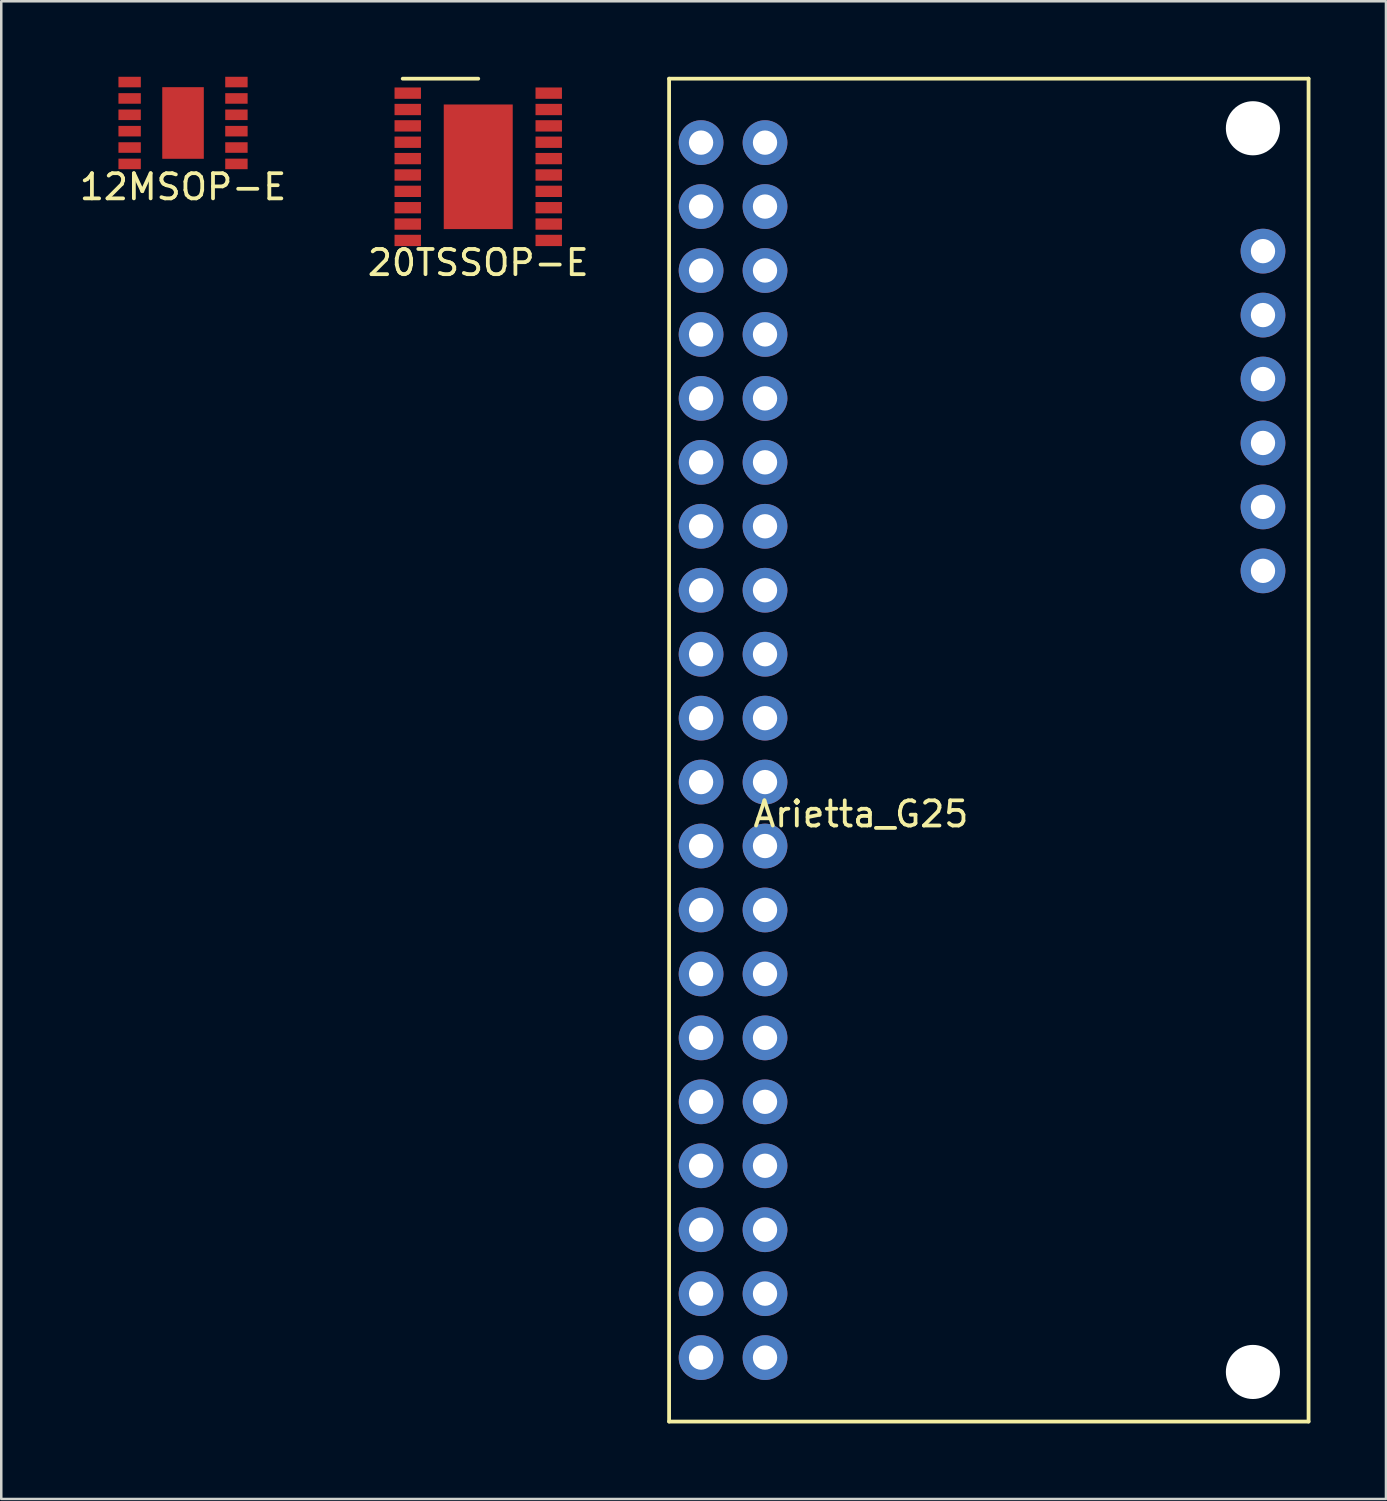
<source format=kicad_pcb>
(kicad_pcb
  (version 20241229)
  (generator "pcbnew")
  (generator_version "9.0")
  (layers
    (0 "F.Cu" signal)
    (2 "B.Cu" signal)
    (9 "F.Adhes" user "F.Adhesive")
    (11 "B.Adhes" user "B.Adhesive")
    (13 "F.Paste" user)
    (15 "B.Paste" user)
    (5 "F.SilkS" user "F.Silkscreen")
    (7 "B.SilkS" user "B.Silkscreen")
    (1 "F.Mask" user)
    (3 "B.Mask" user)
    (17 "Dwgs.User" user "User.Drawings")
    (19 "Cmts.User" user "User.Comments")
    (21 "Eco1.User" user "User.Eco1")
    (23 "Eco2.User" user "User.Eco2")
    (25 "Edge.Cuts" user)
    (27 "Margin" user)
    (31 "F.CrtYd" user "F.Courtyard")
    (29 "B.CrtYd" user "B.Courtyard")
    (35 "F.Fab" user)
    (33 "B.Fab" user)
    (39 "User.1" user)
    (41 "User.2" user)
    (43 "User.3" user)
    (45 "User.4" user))
  (footprint "12MSOP-E"
    (layer "F.Cu")
    (at 4.22 1.835)
    (property "Reference" "12MSOP-E" (at 0 2.54 0) (layer "F.SilkS") (effects (font (size 1 1) (thickness 0.15))))
    (attr through_hole)
    (pad "1" smd rect (at -2.121 -1.626) (size 0.889 0.419) (layers "F.Cu" "F.Mask" "F.Paste"))
    (pad "2" smd rect (at -2.121 -0.975) (size 0.889 0.419) (layers "F.Cu" "F.Mask" "F.Paste"))
    (pad "3" smd rect (at -2.121 -0.325) (size 0.889 0.419) (layers "F.Cu" "F.Mask" "F.Paste"))
    (pad "4" smd rect (at -2.121 0.325) (size 0.889 0.419) (layers "F.Cu" "F.Mask" "F.Paste"))
    (pad "5" smd rect (at -2.121 0.975) (size 0.889 0.419) (layers "F.Cu" "F.Mask" "F.Paste"))
    (pad "6" smd rect (at -2.121 1.626) (size 0.889 0.419) (layers "F.Cu" "F.Mask" "F.Paste"))
    (pad "7" smd rect (at 2.121 1.626) (size 0.889 0.419) (layers "F.Cu" "F.Mask" "F.Paste"))
    (pad "8" smd rect (at 2.121 0.975) (size 0.889 0.419) (layers "F.Cu" "F.Mask" "F.Paste"))
    (pad "9" smd rect (at 2.121 0.325) (size 0.889 0.419) (layers "F.Cu" "F.Mask" "F.Paste"))
    (pad "10" smd rect (at 2.121 -0.325) (size 0.889 0.419) (layers "F.Cu" "F.Mask" "F.Paste"))
    (pad "11" smd rect (at 2.121 -0.975) (size 0.889 0.419) (layers "F.Cu" "F.Mask" "F.Paste"))
    (pad "12" smd rect (at 2.121 -1.626) (size 0.889 0.419) (layers "F.Cu" "F.Mask" "F.Paste"))
    (pad "13" smd rect (at 0 0) (size 1.651 2.845) (layers "F.Cu" "F.Mask" "F.Paste")))
  (footprint "20TSSOP-E"
    (layer "F.Cu")
    (at 15.946 3.575)
    (property "Reference" "20TSSOP-E" (at 0 3.81 0) (layer "F.SilkS") (effects (font (size 1 1) (thickness 0.15))))
    (attr through_hole)
    (fp_line (start -3 -3.5) (end 0 -3.5) (stroke (width 0.15) (type solid)) (layer "F.SilkS"))
    (pad "1" smd rect (at -2.8 -2.925) (size 1.05 0.45) (layers "F.Cu" "F.Mask" "F.Paste"))
    (pad "2" smd rect (at -2.8 -2.275) (size 1.05 0.45) (layers "F.Cu" "F.Mask" "F.Paste"))
    (pad "3" smd rect (at -2.8 -1.625) (size 1.05 0.45) (layers "F.Cu" "F.Mask" "F.Paste"))
    (pad "4" smd rect (at -2.8 -0.975) (size 1.05 0.45) (layers "F.Cu" "F.Mask" "F.Paste"))
    (pad "5" smd rect (at -2.8 -0.325) (size 1.05 0.45) (layers "F.Cu" "F.Mask" "F.Paste"))
    (pad "6" smd rect (at -2.8 0.325) (size 1.05 0.45) (layers "F.Cu" "F.Mask" "F.Paste"))
    (pad "7" smd rect (at -2.8 0.975) (size 1.05 0.45) (layers "F.Cu" "F.Mask" "F.Paste"))
    (pad "8" smd rect (at -2.8 1.625) (size 1.05 0.45) (layers "F.Cu" "F.Mask" "F.Paste"))
    (pad "9" smd rect (at -2.8 2.275) (size 1.05 0.45) (layers "F.Cu" "F.Mask" "F.Paste"))
    (pad "10" smd rect (at -2.8 2.925) (size 1.05 0.45) (layers "F.Cu" "F.Mask" "F.Paste"))
    (pad "11" smd rect (at 2.8 2.925) (size 1.05 0.45) (layers "F.Cu" "F.Mask" "F.Paste"))
    (pad "12" smd rect (at 2.8 2.275) (size 1.05 0.45) (layers "F.Cu" "F.Mask" "F.Paste"))
    (pad "13" smd rect (at 2.8 1.625) (size 1.05 0.45) (layers "F.Cu" "F.Mask" "F.Paste"))
    (pad "14" smd rect (at 2.8 0.975) (size 1.05 0.45) (layers "F.Cu" "F.Mask" "F.Paste"))
    (pad "15" smd rect (at 2.8 0.325) (size 1.05 0.45) (layers "F.Cu" "F.Mask" "F.Paste"))
    (pad "16" smd rect (at 2.8 -0.325) (size 1.05 0.45) (layers "F.Cu" "F.Mask" "F.Paste"))
    (pad "17" smd rect (at 2.8 -0.975) (size 1.05 0.45) (layers "F.Cu" "F.Mask" "F.Paste"))
    (pad "18" smd rect (at 2.8 -1.625) (size 1.05 0.45) (layers "F.Cu" "F.Mask" "F.Paste"))
    (pad "19" smd rect (at 2.8 -2.275) (size 1.05 0.45) (layers "F.Cu" "F.Mask" "F.Paste"))
    (pad "20" smd rect (at 2.8 -2.925) (size 1.05 0.45) (layers "F.Cu" "F.Mask" "F.Paste"))
    (pad "21" smd rect (at 0 0) (size 2.74 4.95) (layers "F.Cu" "F.Mask" "F.Paste")))
  (footprint "Arietta_G25"
    (layer "F.Cu")
    (at 24.797 50.875)
    (property "Reference" "Arietta_G25" (at 6.35 -21.59 0) (layer "F.SilkS") (effects (font (size 1 1) (thickness 0.15))))
    (attr through_hole)
    (fp_line (start -1.27 -50.8) (end -1.27 2.54) (stroke (width 0.15) (type solid)) (layer "F.SilkS"))
    (fp_line (start -1.27 2.54) (end 24.13 2.54) (stroke (width 0.15) (type solid)) (layer "F.SilkS"))
    (fp_line (start 24.13 -50.8) (end -1.27 -50.8) (stroke (width 0.15) (type solid)) (layer "F.SilkS"))
    (fp_line (start 24.13 2.54) (end 24.13 -50.8) (stroke (width 0.15) (type solid)) (layer "F.SilkS"))
    (pad "" np_thru_hole circle (at 21.92 -48.83) (size 2.15 2.15) (drill 2.15) (layers "*.Cu" "*.Mask"))
    (pad "" np_thru_hole circle (at 21.92 0.57) (size 2.15 2.15) (drill 2.15) (layers "*.Cu" "*.Mask"))
    (pad "1" thru_hole circle (at 2.54 -48.26) (size 1.778 1.778) (drill 0.965) (layers "*.Cu" "*.Mask"))
    (pad "2" thru_hole circle (at 0 -48.26) (size 1.778 1.778) (drill 0.965) (layers "*.Cu" "*.Mask"))
    (pad "3" thru_hole circle (at 2.54 -45.72) (size 1.778 1.778) (drill 0.965) (layers "*.Cu" "*.Mask"))
    (pad "4" thru_hole circle (at 0 -45.72) (size 1.778 1.778) (drill 0.965) (layers "*.Cu" "*.Mask"))
    (pad "5" thru_hole circle (at 2.54 -43.18) (size 1.778 1.778) (drill 0.965) (layers "*.Cu" "*.Mask"))
    (pad "6" thru_hole circle (at 0 -43.18) (size 1.778 1.778) (drill 0.965) (layers "*.Cu" "*.Mask"))
    (pad "7" thru_hole circle (at 2.54 -40.64) (size 1.778 1.778) (drill 0.965) (layers "*.Cu" "*.Mask"))
    (pad "8" thru_hole circle (at 0 -40.64) (size 1.778 1.778) (drill 0.965) (layers "*.Cu" "*.Mask"))
    (pad "9" thru_hole circle (at 2.54 -38.1) (size 1.778 1.778) (drill 0.965) (layers "*.Cu" "*.Mask"))
    (pad "10" thru_hole circle (at 0 -38.1) (size 1.778 1.778) (drill 0.965) (layers "*.Cu" "*.Mask"))
    (pad "11" thru_hole circle (at 2.54 -35.56) (size 1.778 1.778) (drill 0.965) (layers "*.Cu" "*.Mask"))
    (pad "12" thru_hole circle (at 0 -35.56) (size 1.778 1.778) (drill 0.965) (layers "*.Cu" "*.Mask"))
    (pad "13" thru_hole circle (at 2.54 -33.02) (size 1.778 1.778) (drill 0.965) (layers "*.Cu" "*.Mask"))
    (pad "14" thru_hole circle (at 0 -33.02) (size 1.778 1.778) (drill 0.965) (layers "*.Cu" "*.Mask"))
    (pad "15" thru_hole circle (at 2.54 -30.48) (size 1.778 1.778) (drill 0.965) (layers "*.Cu" "*.Mask"))
    (pad "16" thru_hole circle (at 0 -30.48) (size 1.778 1.778) (drill 0.965) (layers "*.Cu" "*.Mask"))
    (pad "17" thru_hole circle (at 2.54 -27.94) (size 1.778 1.778) (drill 0.965) (layers "*.Cu" "*.Mask"))
    (pad "18" thru_hole circle (at 0 -27.94) (size 1.778 1.778) (drill 0.965) (layers "*.Cu" "*.Mask"))
    (pad "19" thru_hole circle (at 2.54 -25.4) (size 1.778 1.778) (drill 0.965) (layers "*.Cu" "*.Mask"))
    (pad "20" thru_hole circle (at 0 -25.4) (size 1.778 1.778) (drill 0.965) (layers "*.Cu" "*.Mask"))
    (pad "21" thru_hole circle (at 2.54 -22.86) (size 1.778 1.778) (drill 0.965) (layers "*.Cu" "*.Mask"))
    (pad "22" thru_hole circle (at 0 -22.86) (size 1.778 1.778) (drill 0.965) (layers "*.Cu" "*.Mask"))
    (pad "23" thru_hole circle (at 2.54 -20.32) (size 1.778 1.778) (drill 0.965) (layers "*.Cu" "*.Mask"))
    (pad "24" thru_hole circle (at 0 -20.32) (size 1.778 1.778) (drill 0.965) (layers "*.Cu" "*.Mask"))
    (pad "25" thru_hole circle (at 2.54 -17.78) (size 1.778 1.778) (drill 0.965) (layers "*.Cu" "*.Mask"))
    (pad "26" thru_hole circle (at 0 -17.78) (size 1.778 1.778) (drill 0.965) (layers "*.Cu" "*.Mask"))
    (pad "27" thru_hole circle (at 2.54 -15.24) (size 1.778 1.778) (drill 0.965) (layers "*.Cu" "*.Mask"))
    (pad "28" thru_hole circle (at 0 -15.24) (size 1.778 1.778) (drill 0.965) (layers "*.Cu" "*.Mask"))
    (pad "29" thru_hole circle (at 2.54 -12.7) (size 1.778 1.778) (drill 0.965) (layers "*.Cu" "*.Mask"))
    (pad "30" thru_hole circle (at 0 -12.7) (size 1.778 1.778) (drill 0.965) (layers "*.Cu" "*.Mask"))
    (pad "31" thru_hole circle (at 2.54 -10.16) (size 1.778 1.778) (drill 0.965) (layers "*.Cu" "*.Mask"))
    (pad "32" thru_hole circle (at 0 -10.16) (size 1.778 1.778) (drill 0.965) (layers "*.Cu" "*.Mask"))
    (pad "33" thru_hole circle (at 2.54 -7.62) (size 1.778 1.778) (drill 0.965) (layers "*.Cu" "*.Mask"))
    (pad "34" thru_hole circle (at 0 -7.62) (size 1.778 1.778) (drill 0.965) (layers "*.Cu" "*.Mask"))
    (pad "35" thru_hole circle (at 2.54 -5.08) (size 1.778 1.778) (drill 0.965) (layers "*.Cu" "*.Mask"))
    (pad "36" thru_hole circle (at 0 -5.08) (size 1.778 1.778) (drill 0.965) (layers "*.Cu" "*.Mask"))
    (pad "37" thru_hole circle (at 2.54 -2.54) (size 1.778 1.778) (drill 0.965) (layers "*.Cu" "*.Mask"))
    (pad "38" thru_hole circle (at 0 -2.54) (size 1.778 1.778) (drill 0.965) (layers "*.Cu" "*.Mask"))
    (pad "39" thru_hole circle (at 2.54 0) (size 1.778 1.778) (drill 0.965) (layers "*.Cu" "*.Mask"))
    (pad "40" thru_hole circle (at 0 0) (size 1.778 1.778) (drill 0.965) (layers "*.Cu" "*.Mask"))
    (pad "DP1" thru_hole circle (at 22.32 -43.95) (size 1.778 1.778) (drill 0.965) (layers "*.Cu" "*.Mask"))
    (pad "DP2" thru_hole circle (at 22.32 -41.41) (size 1.778 1.778) (drill 0.965) (layers "*.Cu" "*.Mask"))
    (pad "DP3" thru_hole circle (at 22.32 -38.87) (size 1.778 1.778) (drill 0.965) (layers "*.Cu" "*.Mask"))
    (pad "DP4" thru_hole circle (at 22.32 -36.33) (size 1.778 1.778) (drill 0.965) (layers "*.Cu" "*.Mask"))
    (pad "DP5" thru_hole circle (at 22.32 -33.79) (size 1.778 1.778) (drill 0.965) (layers "*.Cu" "*.Mask"))
    (pad "DP6" thru_hole circle (at 22.32 -31.25) (size 1.778 1.778) (drill 0.965) (layers "*.Cu" "*.Mask")))
  (gr_rect
    (start -3 -3)
    (end 52.002 56.49)
    (stroke (width 0.1) (type default))
    (fill no)
    (layer "Edge.Cuts")))
</source>
